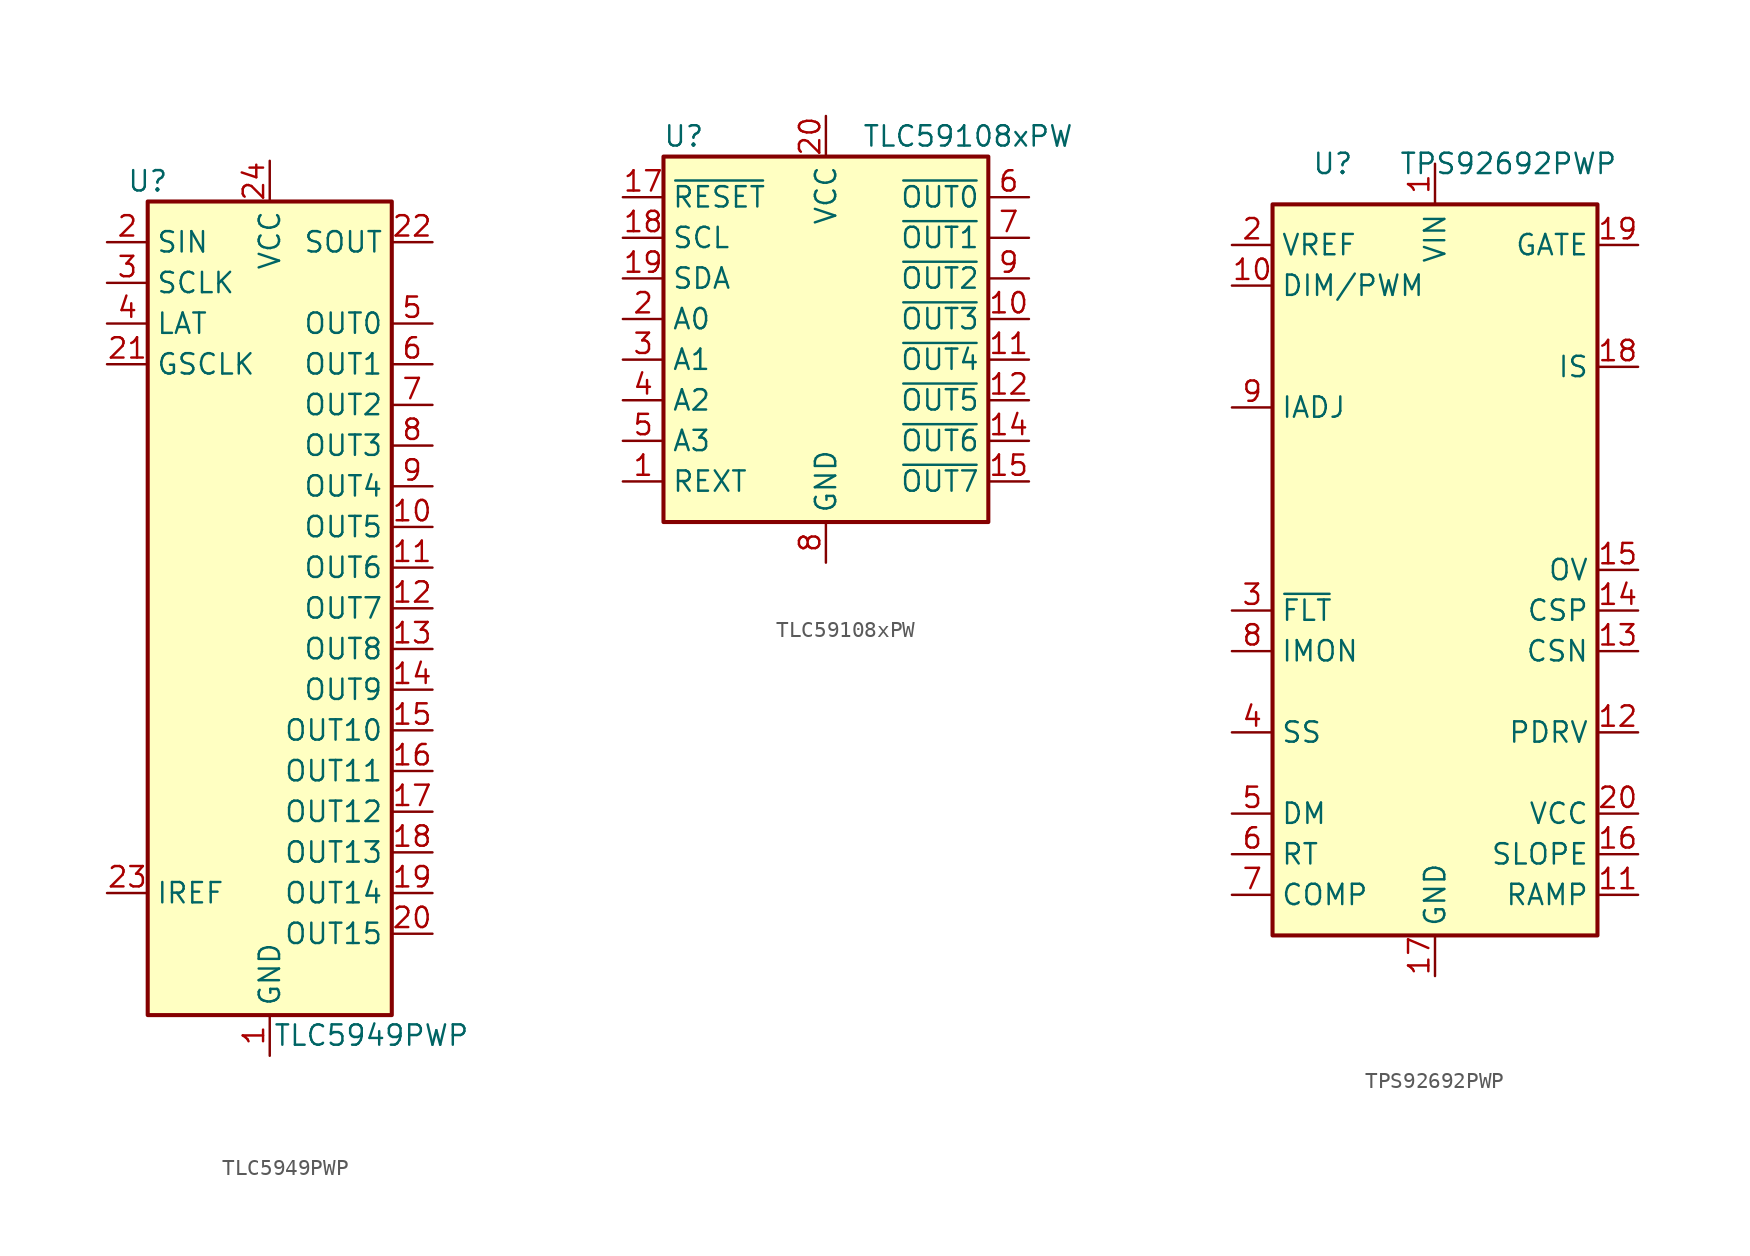
<source format=kicad_sym>
(kicad_symbol_lib
  (version 20231120)
  (generator "kicad_symbol_editor")
  (generator_version "8.0")
  (symbol "TLC5949PWP"
    (property "Reference" "U"
      (at -7.62 26.67 0)
      (effects (font (size 1.27 1.27))))
    (property "Value" "TLC5949PWP"
      (at 6.35 -26.67 0)
      (effects (font (size 1.27 1.27))))
    (symbol "TLC5949PWP_0_1"
      (rectangle (start -7.62 25.4) (end 7.62 -25.4) (stroke (width 0.254) (type default)) (fill (type background))))
    (symbol "TLC5949PWP_1_1"
      (pin power_in line (at 0 -27.94 90) (length 2.54) (name "GND" (effects (font (size 1.27 1.27)))) (number "1" (effects (font (size 1.27 1.27)))))
      (pin open_collector line (at 10.16 5.08 180) (length 2.54) (name "OUT5" (effects (font (size 1.27 1.27)))) (number "10" (effects (font (size 1.27 1.27)))))
      (pin open_collector line (at 10.16 2.54 180) (length 2.54) (name "OUT6" (effects (font (size 1.27 1.27)))) (number "11" (effects (font (size 1.27 1.27)))))
      (pin open_collector line (at 10.16 0 180) (length 2.54) (name "OUT7" (effects (font (size 1.27 1.27)))) (number "12" (effects (font (size 1.27 1.27)))))
      (pin open_collector line (at 10.16 -2.54 180) (length 2.54) (name "OUT8" (effects (font (size 1.27 1.27)))) (number "13" (effects (font (size 1.27 1.27)))))
      (pin open_collector line (at 10.16 -5.08 180) (length 2.54) (name "OUT9" (effects (font (size 1.27 1.27)))) (number "14" (effects (font (size 1.27 1.27)))))
      (pin open_collector line (at 10.16 -7.62 180) (length 2.54) (name "OUT10" (effects (font (size 1.27 1.27)))) (number "15" (effects (font (size 1.27 1.27)))))
      (pin open_collector line (at 10.16 -10.16 180) (length 2.54) (name "OUT11" (effects (font (size 1.27 1.27)))) (number "16" (effects (font (size 1.27 1.27)))))
      (pin open_collector line (at 10.16 -12.7 180) (length 2.54) (name "OUT12" (effects (font (size 1.27 1.27)))) (number "17" (effects (font (size 1.27 1.27)))))
      (pin open_collector line (at 10.16 -15.24 180) (length 2.54) (name "OUT13" (effects (font (size 1.27 1.27)))) (number "18" (effects (font (size 1.27 1.27)))))
      (pin open_collector line (at 10.16 -17.78 180) (length 2.54) (name "OUT14" (effects (font (size 1.27 1.27)))) (number "19" (effects (font (size 1.27 1.27)))))
      (pin input line (at -10.16 22.86 0) (length 2.54) (name "SIN" (effects (font (size 1.27 1.27)))) (number "2" (effects (font (size 1.27 1.27)))))
      (pin open_collector line (at 10.16 -20.32 180) (length 2.54) (name "OUT15" (effects (font (size 1.27 1.27)))) (number "20" (effects (font (size 1.27 1.27)))))
      (pin input line (at -10.16 15.24 0) (length 2.54) (name "GSCLK" (effects (font (size 1.27 1.27)))) (number "21" (effects (font (size 1.27 1.27)))))
      (pin output line (at 10.16 22.86 180) (length 2.54) (name "SOUT" (effects (font (size 1.27 1.27)))) (number "22" (effects (font (size 1.27 1.27)))))
      (pin input line (at -10.16 -17.78 0) (length 2.54) (name "IREF" (effects (font (size 1.27 1.27)))) (number "23" (effects (font (size 1.27 1.27)))))
      (pin power_in line (at 0 27.94 270) (length 2.54) (name "VCC" (effects (font (size 1.27 1.27)))) (number "24" (effects (font (size 1.27 1.27)))))
      (pin passive line (at 0 -27.94 90) (length 2.54) hide (name "GND" (effects (font (size 1.27 1.27)))) (number "25" (effects (font (size 1.27 1.27)))))
      (pin input line (at -10.16 20.32 0) (length 2.54) (name "SCLK" (effects (font (size 1.27 1.27)))) (number "3" (effects (font (size 1.27 1.27)))))
      (pin input line (at -10.16 17.78 0) (length 2.54) (name "LAT" (effects (font (size 1.27 1.27)))) (number "4" (effects (font (size 1.27 1.27)))))
      (pin open_collector line (at 10.16 17.78 180) (length 2.54) (name "OUT0" (effects (font (size 1.27 1.27)))) (number "5" (effects (font (size 1.27 1.27)))))
      (pin open_collector line (at 10.16 15.24 180) (length 2.54) (name "OUT1" (effects (font (size 1.27 1.27)))) (number "6" (effects (font (size 1.27 1.27)))))
      (pin open_collector line (at 10.16 12.7 180) (length 2.54) (name "OUT2" (effects (font (size 1.27 1.27)))) (number "7" (effects (font (size 1.27 1.27)))))
      (pin open_collector line (at 10.16 10.16 180) (length 2.54) (name "OUT3" (effects (font (size 1.27 1.27)))) (number "8" (effects (font (size 1.27 1.27)))))
      (pin open_collector line (at 10.16 7.62 180) (length 2.54) (name "OUT4" (effects (font (size 1.27 1.27)))) (number "9" (effects (font (size 1.27 1.27)))))))
  (symbol "TLC59108xPW"
    (property "Reference" "U"
      (at -8.89 13.97 0)
      (effects (font (size 1.27 1.27))))
    (property "Value" "TLC59108xPW"
      (at 8.89 13.97 0)
      (effects (font (size 1.27 1.27))))
    (symbol "TLC59108xPW_0_1"
      (rectangle (start -10.16 12.7) (end 10.16 -10.16) (stroke (width 0.254) (type default)) (fill (type background))))
    (symbol "TLC59108xPW_1_1"
      (pin passive line (at -12.7 -7.62 0) (length 2.54) (name "REXT" (effects (font (size 1.27 1.27)))) (number "1" (effects (font (size 1.27 1.27)))))
      (pin open_collector line (at 12.7 2.54 180) (length 2.54) (name "~{OUT3}" (effects (font (size 1.27 1.27)))) (number "10" (effects (font (size 1.27 1.27)))))
      (pin open_collector line (at 12.7 0 180) (length 2.54) (name "~{OUT4}" (effects (font (size 1.27 1.27)))) (number "11" (effects (font (size 1.27 1.27)))))
      (pin open_collector line (at 12.7 -2.54 180) (length 2.54) (name "~{OUT5}" (effects (font (size 1.27 1.27)))) (number "12" (effects (font (size 1.27 1.27)))))
      (pin passive line (at 0 -12.7 90) (length 2.54) hide (name "GND" (effects (font (size 1.27 1.27)))) (number "13" (effects (font (size 1.27 1.27)))))
      (pin open_collector line (at 12.7 -5.08 180) (length 2.54) (name "~{OUT6}" (effects (font (size 1.27 1.27)))) (number "14" (effects (font (size 1.27 1.27)))))
      (pin open_collector line (at 12.7 -7.62 180) (length 2.54) (name "~{OUT7}" (effects (font (size 1.27 1.27)))) (number "15" (effects (font (size 1.27 1.27)))))
      (pin passive line (at 0 -12.7 90) (length 2.54) hide (name "GND" (effects (font (size 1.27 1.27)))) (number "16" (effects (font (size 1.27 1.27)))))
      (pin input line (at -12.7 10.16 0) (length 2.54) (name "~{RESET}" (effects (font (size 1.27 1.27)))) (number "17" (effects (font (size 1.27 1.27)))))
      (pin input line (at -12.7 7.62 0) (length 2.54) (name "SCL" (effects (font (size 1.27 1.27)))) (number "18" (effects (font (size 1.27 1.27)))))
      (pin bidirectional line (at -12.7 5.08 0) (length 2.54) (name "SDA" (effects (font (size 1.27 1.27)))) (number "19" (effects (font (size 1.27 1.27)))))
      (pin input line (at -12.7 2.54 0) (length 2.54) (name "A0" (effects (font (size 1.27 1.27)))) (number "2" (effects (font (size 1.27 1.27)))))
      (pin power_in line (at 0 15.24 270) (length 2.54) (name "VCC" (effects (font (size 1.27 1.27)))) (number "20" (effects (font (size 1.27 1.27)))))
      (pin input line (at -12.7 0 0) (length 2.54) (name "A1" (effects (font (size 1.27 1.27)))) (number "3" (effects (font (size 1.27 1.27)))))
      (pin input line (at -12.7 -2.54 0) (length 2.54) (name "A2" (effects (font (size 1.27 1.27)))) (number "4" (effects (font (size 1.27 1.27)))))
      (pin input line (at -12.7 -5.08 0) (length 2.54) (name "A3" (effects (font (size 1.27 1.27)))) (number "5" (effects (font (size 1.27 1.27)))))
      (pin open_collector line (at 12.7 10.16 180) (length 2.54) (name "~{OUT0}" (effects (font (size 1.27 1.27)))) (number "6" (effects (font (size 1.27 1.27)))))
      (pin open_collector line (at 12.7 7.62 180) (length 2.54) (name "~{OUT1}" (effects (font (size 1.27 1.27)))) (number "7" (effects (font (size 1.27 1.27)))))
      (pin power_in line (at 0 -12.7 90) (length 2.54) (name "GND" (effects (font (size 1.27 1.27)))) (number "8" (effects (font (size 1.27 1.27)))))
      (pin open_collector line (at 12.7 5.08 180) (length 2.54) (name "~{OUT2}" (effects (font (size 1.27 1.27)))) (number "9" (effects (font (size 1.27 1.27)))))))
  (symbol "TPS92692PWP"
    (property "Reference" "U"
      (at -5.08 25.4 0)
      (effects (font (size 1.27 1.27)) (justify right)))
    (property "Value" "TPS92692PWP"
      (at 11.43 25.4 0)
      (effects (font (size 1.27 1.27)) (justify right)))
    (symbol "TPS92692PWP_0_1"
      (rectangle (start -10.16 22.86) (end 10.16 -22.86) (stroke (width 0.254) (type default)) (fill (type background))))
    (symbol "TPS92692PWP_1_1"
      (pin power_in line (at 0 25.4 270) (length 2.54) (name "VIN" (effects (font (size 1.27 1.27)))) (number "1" (effects (font (size 1.27 1.27)))))
      (pin input line (at -12.7 17.78 0) (length 2.54) (name "DIM/PWM" (effects (font (size 1.27 1.27)))) (number "10" (effects (font (size 1.27 1.27)))))
      (pin passive line (at 12.7 -20.32 180) (length 2.54) (name "RAMP" (effects (font (size 1.27 1.27)))) (number "11" (effects (font (size 1.27 1.27)))))
      (pin output line (at 12.7 -10.16 180) (length 2.54) (name "PDRV" (effects (font (size 1.27 1.27)))) (number "12" (effects (font (size 1.27 1.27)))))
      (pin input line (at 12.7 -5.08 180) (length 2.54) (name "CSN" (effects (font (size 1.27 1.27)))) (number "13" (effects (font (size 1.27 1.27)))))
      (pin input line (at 12.7 -2.54 180) (length 2.54) (name "CSP" (effects (font (size 1.27 1.27)))) (number "14" (effects (font (size 1.27 1.27)))))
      (pin input line (at 12.7 0 180) (length 2.54) (name "OV" (effects (font (size 1.27 1.27)))) (number "15" (effects (font (size 1.27 1.27)))))
      (pin passive line (at 12.7 -17.78 180) (length 2.54) (name "SLOPE" (effects (font (size 1.27 1.27)))) (number "16" (effects (font (size 1.27 1.27)))))
      (pin power_in line (at 0 -25.4 90) (length 2.54) (name "GND" (effects (font (size 1.27 1.27)))) (number "17" (effects (font (size 1.27 1.27)))))
      (pin input line (at 12.7 12.7 180) (length 2.54) (name "IS" (effects (font (size 1.27 1.27)))) (number "18" (effects (font (size 1.27 1.27)))))
      (pin output line (at 12.7 20.32 180) (length 2.54) (name "GATE" (effects (font (size 1.27 1.27)))) (number "19" (effects (font (size 1.27 1.27)))))
      (pin power_out line (at -12.7 20.32 0) (length 2.54) (name "VREF" (effects (font (size 1.27 1.27)))) (number "2" (effects (font (size 1.27 1.27)))))
      (pin power_out line (at 12.7 -15.24 180) (length 2.54) (name "VCC" (effects (font (size 1.27 1.27)))) (number "20" (effects (font (size 1.27 1.27)))))
      (pin passive line (at 0 -25.4 90) (length 2.54) hide (name "GND" (effects (font (size 1.27 1.27)))) (number "21" (effects (font (size 1.27 1.27)))))
      (pin open_collector line (at -12.7 -2.54 0) (length 2.54) (name "~{FLT}" (effects (font (size 1.27 1.27)))) (number "3" (effects (font (size 1.27 1.27)))))
      (pin passive line (at -12.7 -10.16 0) (length 2.54) (name "SS" (effects (font (size 1.27 1.27)))) (number "4" (effects (font (size 1.27 1.27)))))
      (pin passive line (at -12.7 -15.24 0) (length 2.54) (name "DM" (effects (font (size 1.27 1.27)))) (number "5" (effects (font (size 1.27 1.27)))))
      (pin passive line (at -12.7 -17.78 0) (length 2.54) (name "RT" (effects (font (size 1.27 1.27)))) (number "6" (effects (font (size 1.27 1.27)))))
      (pin passive line (at -12.7 -20.32 0) (length 2.54) (name "COMP" (effects (font (size 1.27 1.27)))) (number "7" (effects (font (size 1.27 1.27)))))
      (pin output line (at -12.7 -5.08 0) (length 2.54) (name "IMON" (effects (font (size 1.27 1.27)))) (number "8" (effects (font (size 1.27 1.27)))))
      (pin input line (at -12.7 10.16 0) (length 2.54) (name "IADJ" (effects (font (size 1.27 1.27)))) (number "9" (effects (font (size 1.27 1.27))))))))
</source>
